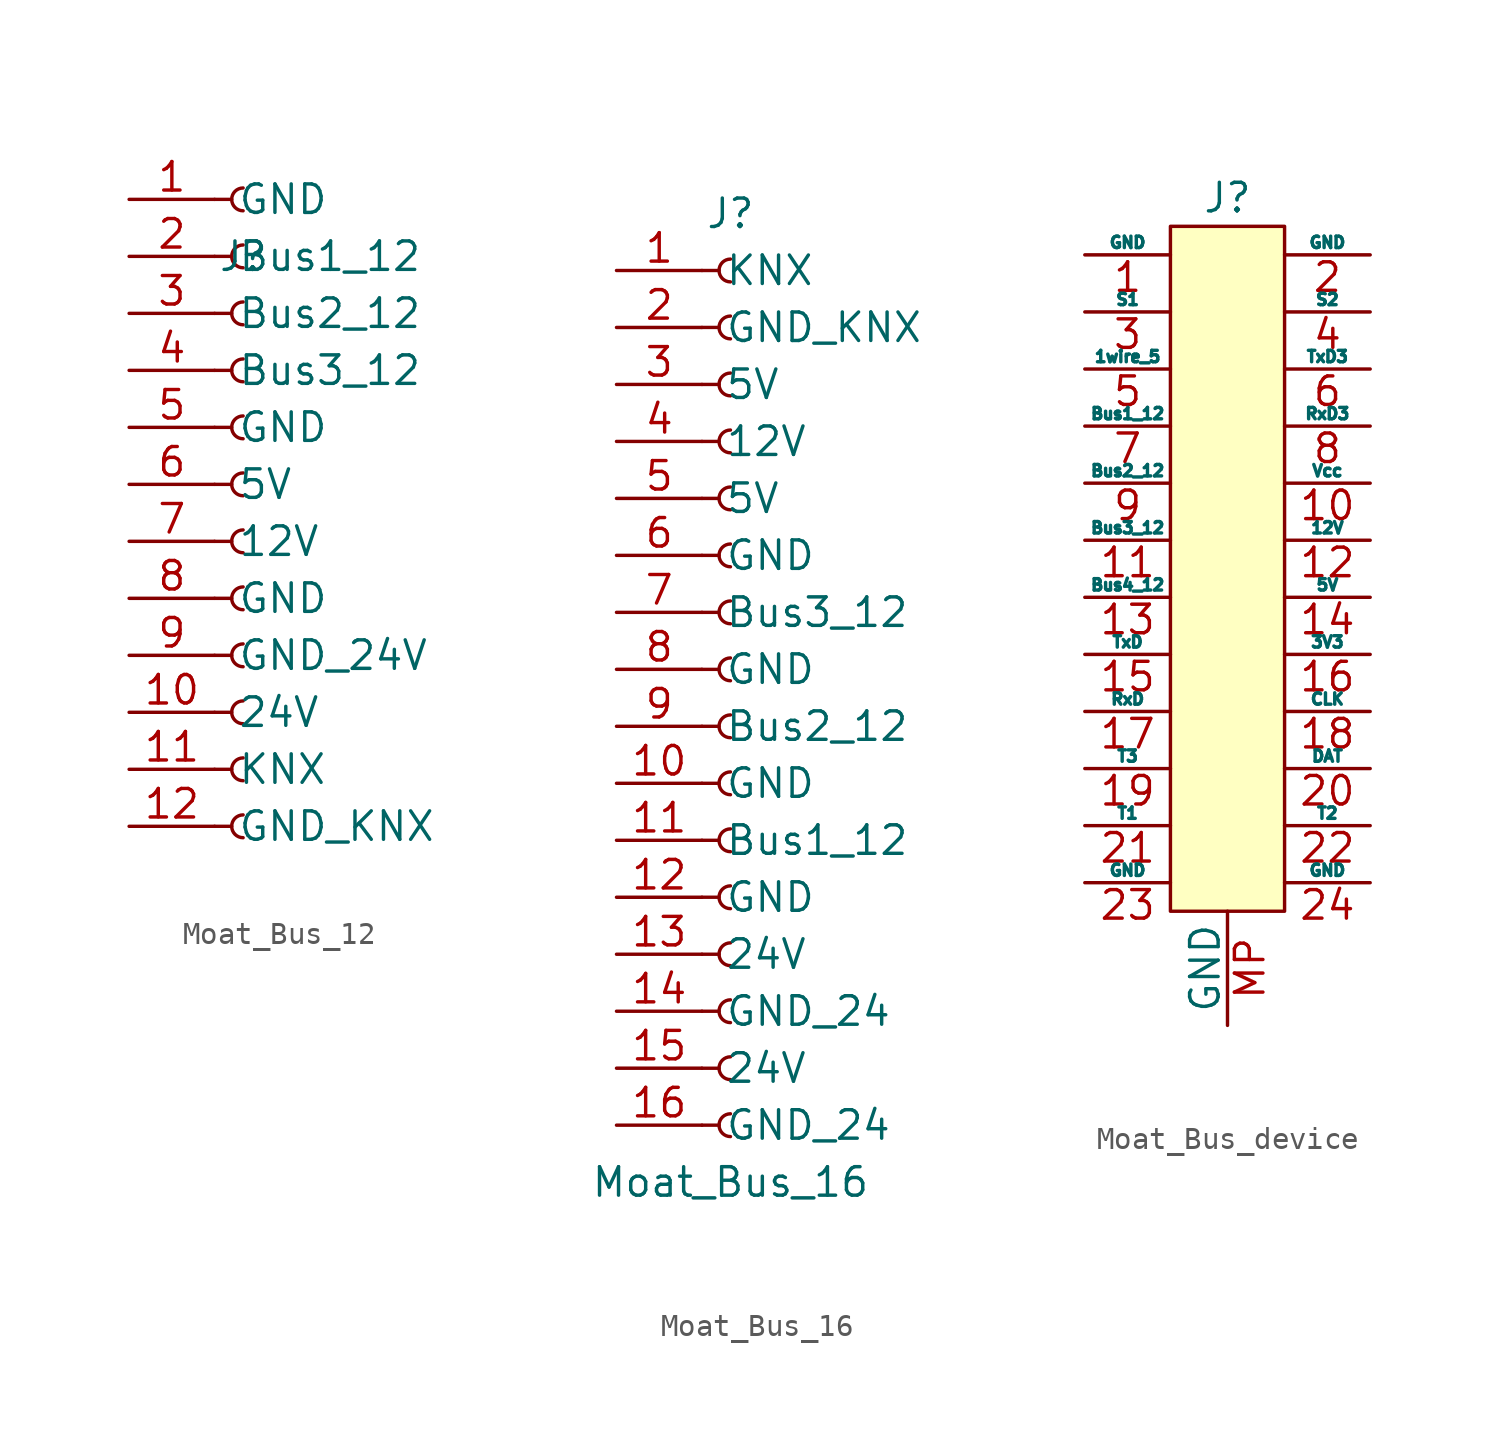
<source format=kicad_sym>
(kicad_symbol_lib
  (version 20220126)
  (generator kicad_symbol_editor)
  (symbol "Moat_Bus_12"
    (pin_names
      (offset 1.016))
    (property "Reference" "J"
      (at 0 20.32 0)
      (effects (font (size 1.27 1.27))))
    (symbol "Moat_Bus_12_1_1"
      (arc (start 0 -4.572) (mid -0.5058 -5.08) (end 0 -5.588) (stroke (width 0.1524) (type default)) (fill (type none)))
      (arc (start 0 -2.032) (mid -0.5058 -2.54) (end 0 -3.048) (stroke (width 0.1524) (type default)) (fill (type none)))
      (polyline (pts (xy -1.27 -5.08) (xy -0.508 -5.08)) (stroke (width 0.152) (type default)) (fill (type none)))
      (polyline (pts (xy -1.27 -2.54) (xy -0.508 -2.54)) (stroke (width 0.152) (type default)) (fill (type none)))
      (polyline (pts (xy -1.27 0) (xy -0.508 0)) (stroke (width 0.152) (type default)) (fill (type none)))
      (polyline (pts (xy -1.27 2.54) (xy -0.508 2.54)) (stroke (width 0.152) (type default)) (fill (type none)))
      (polyline (pts (xy -1.27 5.08) (xy -0.508 5.08)) (stroke (width 0.152) (type default)) (fill (type none)))
      (polyline (pts (xy -1.27 7.62) (xy -0.508 7.62)) (stroke (width 0.152) (type default)) (fill (type none)))
      (polyline (pts (xy -1.27 10.16) (xy -0.508 10.16)) (stroke (width 0.152) (type default)) (fill (type none)))
      (polyline (pts (xy -1.27 12.7) (xy -0.508 12.7)) (stroke (width 0.152) (type default)) (fill (type none)))
      (polyline (pts (xy -1.27 15.24) (xy -0.508 15.24)) (stroke (width 0.152) (type default)) (fill (type none)))
      (polyline (pts (xy -1.27 17.78) (xy -0.508 17.78)) (stroke (width 0.152) (type default)) (fill (type none)))
      (polyline (pts (xy -1.27 20.32) (xy -0.508 20.32)) (stroke (width 0.152) (type default)) (fill (type none)))
      (polyline (pts (xy -1.27 22.86) (xy -0.508 22.86)) (stroke (width 0.152) (type default)) (fill (type none)))
      (arc (start 0 0.508) (mid -0.5058 0) (end 0 -0.508) (stroke (width 0.1524) (type default)) (fill (type none)))
      (arc (start 0 3.048) (mid -0.5058 2.54) (end 0 2.032) (stroke (width 0.1524) (type default)) (fill (type none)))
      (arc (start 0 5.588) (mid -0.5058 5.08) (end 0 4.572) (stroke (width 0.1524) (type default)) (fill (type none)))
      (arc (start 0 8.128) (mid -0.5058 7.62) (end 0 7.112) (stroke (width 0.1524) (type default)) (fill (type none)))
      (arc (start 0 10.668) (mid -0.5058 10.16) (end 0 9.652) (stroke (width 0.1524) (type default)) (fill (type none)))
      (arc (start 0 13.208) (mid -0.5058 12.7) (end 0 12.192) (stroke (width 0.1524) (type default)) (fill (type none)))
      (arc (start 0 15.748) (mid -0.5058 15.24) (end 0 14.732) (stroke (width 0.1524) (type default)) (fill (type none)))
      (arc (start 0 18.288) (mid -0.5058 17.78) (end 0 17.272) (stroke (width 0.1524) (type default)) (fill (type none)))
      (arc (start 0 20.828) (mid -0.5058 20.32) (end 0 19.812) (stroke (width 0.1524) (type default)) (fill (type none)))
      (arc (start 0 23.368) (mid -0.5058 22.86) (end 0 22.352) (stroke (width 0.1524) (type default)) (fill (type none)))
      (pin power_in line (at -5.08 22.86 0) (length 3.81) (name "GND" (effects (font (size 1.27 1.27)))) (number "1" (effects (font (size 1.27 1.27)))))
      (pin power_in line (at -5.08 0 0) (length 3.81) (name "24V" (effects (font (size 1.27 1.27)))) (number "10" (effects (font (size 1.27 1.27)))))
      (pin power_in line (at -5.08 -2.54 0) (length 3.81) (name "KNX" (effects (font (size 1.27 1.27)))) (number "11" (effects (font (size 1.27 1.27)))))
      (pin power_in line (at -5.08 -5.08 0) (length 3.81) (name "GND_KNX" (effects (font (size 1.27 1.27)))) (number "12" (effects (font (size 1.27 1.27)))))
      (pin bidirectional line (at -5.08 20.32 0) (length 3.81) (name "Bus1_12" (effects (font (size 1.27 1.27)))) (number "2" (effects (font (size 1.27 1.27)))))
      (pin bidirectional line (at -5.08 17.78 0) (length 3.81) (name "Bus2_12" (effects (font (size 1.27 1.27)))) (number "3" (effects (font (size 1.27 1.27)))))
      (pin bidirectional line (at -5.08 15.24 0) (length 3.81) (name "Bus3_12" (effects (font (size 1.27 1.27)))) (number "4" (effects (font (size 1.27 1.27)))))
      (pin power_in line (at -5.08 12.7 0) (length 3.81) (name "GND" (effects (font (size 1.27 1.27)))) (number "5" (effects (font (size 1.27 1.27)))))
      (pin power_in line (at -5.08 10.16 0) (length 3.81) (name "5V" (effects (font (size 1.27 1.27)))) (number "6" (effects (font (size 1.27 1.27)))))
      (pin power_in line (at -5.08 7.62 0) (length 3.81) (name "12V" (effects (font (size 1.27 1.27)))) (number "7" (effects (font (size 1.27 1.27)))))
      (pin power_in line (at -5.08 5.08 0) (length 3.81) (name "GND" (effects (font (size 1.27 1.27)))) (number "8" (effects (font (size 1.27 1.27)))))
      (pin power_in line (at -5.08 2.54 0) (length 3.81) (name "GND_24V" (effects (font (size 1.27 1.27)))) (number "9" (effects (font (size 1.27 1.27)))))))
  (symbol "Moat_Bus_16"
    (pin_names
      (offset 1.016))
    (property "Reference" "J"
      (at 0 20.32 0)
      (effects (font (size 1.27 1.27))))
    (property "Value" "Moat_Bus_16"
      (at 0 -22.86 0)
      (effects (font (size 1.27 1.27))))
    (symbol "Moat_Bus_16_1_1"
      (arc (start 0 -19.812) (mid -0.5058 -20.32) (end 0 -20.828) (stroke (width 0.1524) (type default)) (fill (type none)))
      (arc (start 0 -17.272) (mid -0.5058 -17.78) (end 0 -18.288) (stroke (width 0.1524) (type default)) (fill (type none)))
      (arc (start 0 -14.732) (mid -0.5058 -15.24) (end 0 -15.748) (stroke (width 0.1524) (type default)) (fill (type none)))
      (arc (start 0 -12.192) (mid -0.5058 -12.7) (end 0 -13.208) (stroke (width 0.1524) (type default)) (fill (type none)))
      (arc (start 0 -9.652) (mid -0.5058 -10.16) (end 0 -10.668) (stroke (width 0.1524) (type default)) (fill (type none)))
      (arc (start 0 -7.112) (mid -0.5058 -7.62) (end 0 -8.128) (stroke (width 0.1524) (type default)) (fill (type none)))
      (arc (start 0 -4.572) (mid -0.5058 -5.08) (end 0 -5.588) (stroke (width 0.1524) (type default)) (fill (type none)))
      (arc (start 0 -2.032) (mid -0.5058 -2.54) (end 0 -3.048) (stroke (width 0.1524) (type default)) (fill (type none)))
      (polyline (pts (xy -1.27 -20.32) (xy -0.508 -20.32)) (stroke (width 0.152) (type default)) (fill (type none)))
      (polyline (pts (xy -1.27 -17.78) (xy -0.508 -17.78)) (stroke (width 0.152) (type default)) (fill (type none)))
      (polyline (pts (xy -1.27 -15.24) (xy -0.508 -15.24)) (stroke (width 0.152) (type default)) (fill (type none)))
      (polyline (pts (xy -1.27 -12.7) (xy -0.508 -12.7)) (stroke (width 0.152) (type default)) (fill (type none)))
      (polyline (pts (xy -1.27 -10.16) (xy -0.508 -10.16)) (stroke (width 0.152) (type default)) (fill (type none)))
      (polyline (pts (xy -1.27 -7.62) (xy -0.508 -7.62)) (stroke (width 0.152) (type default)) (fill (type none)))
      (polyline (pts (xy -1.27 -5.08) (xy -0.508 -5.08)) (stroke (width 0.152) (type default)) (fill (type none)))
      (polyline (pts (xy -1.27 -2.54) (xy -0.508 -2.54)) (stroke (width 0.152) (type default)) (fill (type none)))
      (polyline (pts (xy -1.27 0) (xy -0.508 0)) (stroke (width 0.152) (type default)) (fill (type none)))
      (polyline (pts (xy -1.27 2.54) (xy -0.508 2.54)) (stroke (width 0.152) (type default)) (fill (type none)))
      (polyline (pts (xy -1.27 5.08) (xy -0.508 5.08)) (stroke (width 0.152) (type default)) (fill (type none)))
      (polyline (pts (xy -1.27 7.62) (xy -0.508 7.62)) (stroke (width 0.152) (type default)) (fill (type none)))
      (polyline (pts (xy -1.27 10.16) (xy -0.508 10.16)) (stroke (width 0.152) (type default)) (fill (type none)))
      (polyline (pts (xy -1.27 12.7) (xy -0.508 12.7)) (stroke (width 0.152) (type default)) (fill (type none)))
      (polyline (pts (xy -1.27 15.24) (xy -0.508 15.24)) (stroke (width 0.152) (type default)) (fill (type none)))
      (polyline (pts (xy -1.27 17.78) (xy -0.508 17.78)) (stroke (width 0.152) (type default)) (fill (type none)))
      (arc (start 0 0.508) (mid -0.5058 0) (end 0 -0.508) (stroke (width 0.1524) (type default)) (fill (type none)))
      (arc (start 0 3.048) (mid -0.5058 2.54) (end 0 2.032) (stroke (width 0.1524) (type default)) (fill (type none)))
      (arc (start 0 5.588) (mid -0.5058 5.08) (end 0 4.572) (stroke (width 0.1524) (type default)) (fill (type none)))
      (arc (start 0 8.128) (mid -0.5058 7.62) (end 0 7.112) (stroke (width 0.1524) (type default)) (fill (type none)))
      (arc (start 0 10.668) (mid -0.5058 10.16) (end 0 9.652) (stroke (width 0.1524) (type default)) (fill (type none)))
      (arc (start 0 13.208) (mid -0.5058 12.7) (end 0 12.192) (stroke (width 0.1524) (type default)) (fill (type none)))
      (arc (start 0 15.748) (mid -0.5058 15.24) (end 0 14.732) (stroke (width 0.1524) (type default)) (fill (type none)))
      (arc (start 0 18.288) (mid -0.5058 17.78) (end 0 17.272) (stroke (width 0.1524) (type default)) (fill (type none)))
      (pin passive line (at -5.08 17.78 0) (length 3.81) (name "KNX" (effects (font (size 1.27 1.27)))) (number "1" (effects (font (size 1.27 1.27)))))
      (pin power_in line (at -5.08 -5.08 0) (length 3.81) (name "GND" (effects (font (size 1.27 1.27)))) (number "10" (effects (font (size 1.27 1.27)))))
      (pin bidirectional line (at -5.08 -7.62 0) (length 3.81) (name "Bus1_12" (effects (font (size 1.27 1.27)))) (number "11" (effects (font (size 1.27 1.27)))))
      (pin bidirectional line (at -5.08 -10.16 0) (length 3.81) (name "GND" (effects (font (size 1.27 1.27)))) (number "12" (effects (font (size 1.27 1.27)))))
      (pin power_in line (at -5.08 -12.7 0) (length 3.81) (name "24V" (effects (font (size 1.27 1.27)))) (number "13" (effects (font (size 1.27 1.27)))))
      (pin power_in line (at -5.08 -15.24 0) (length 3.81) (name "GND_24" (effects (font (size 1.27 1.27)))) (number "14" (effects (font (size 1.27 1.27)))))
      (pin power_in line (at -5.08 -17.78 0) (length 3.81) (name "24V" (effects (font (size 1.27 1.27)))) (number "15" (effects (font (size 1.27 1.27)))))
      (pin power_in line (at -5.08 -20.32 0) (length 3.81) (name "GND_24" (effects (font (size 1.27 1.27)))) (number "16" (effects (font (size 1.27 1.27)))))
      (pin power_in line (at -5.08 15.24 0) (length 3.81) (name "GND_KNX" (effects (font (size 1.27 1.27)))) (number "2" (effects (font (size 1.27 1.27)))))
      (pin power_in line (at -5.08 12.7 0) (length 3.81) (name "5V" (effects (font (size 1.27 1.27)))) (number "3" (effects (font (size 1.27 1.27)))))
      (pin power_in line (at -5.08 10.16 0) (length 3.81) (name "12V" (effects (font (size 1.27 1.27)))) (number "4" (effects (font (size 1.27 1.27)))))
      (pin power_in line (at -5.08 7.62 0) (length 3.81) (name "5V" (effects (font (size 1.27 1.27)))) (number "5" (effects (font (size 1.27 1.27)))))
      (pin power_in line (at -5.08 5.08 0) (length 3.81) (name "GND" (effects (font (size 1.27 1.27)))) (number "6" (effects (font (size 1.27 1.27)))))
      (pin bidirectional line (at -5.08 2.54 0) (length 3.81) (name "Bus3_12" (effects (font (size 1.27 1.27)))) (number "7" (effects (font (size 1.27 1.27)))))
      (pin power_in line (at -5.08 0 0) (length 3.81) (name "GND" (effects (font (size 1.27 1.27)))) (number "8" (effects (font (size 1.27 1.27)))))
      (pin bidirectional line (at -5.08 -2.54 0) (length 3.81) (name "Bus2_12" (effects (font (size 1.27 1.27)))) (number "9" (effects (font (size 1.27 1.27)))))))
  (symbol "Moat_Bus_device"
    (pin_names
      (offset 0))
    (property "Reference" "J"
      (at 0 13.97 0)
      (effects (font (size 1.27 1.27))))
    (symbol "Moat_Bus_device_1_1"
      (rectangle (start -2.54 12.7) (end 2.54 -17.78) (stroke (width 0) (type default)) (fill (type background)))
      (pin power_out line (at -6.35 11.43 0) (length 3.81) (name "GND" (effects (font (size 0.508 0.508)))) (number "1" (effects (font (size 1.27 1.27)))))
      (pin power_out line (at 6.35 1.27 180) (length 3.81) (name "Vcc" (effects (font (size 0.508 0.508)))) (number "10" (effects (font (size 1.27 1.27)))))
      (pin bidirectional line (at -6.35 -1.27 0) (length 3.81) (name "Bus3_12" (effects (font (size 0.508 0.508)))) (number "11" (effects (font (size 1.27 1.27)))))
      (pin power_out line (at 6.35 -1.27 180) (length 3.81) (name "12V" (effects (font (size 0.508 0.508)))) (number "12" (effects (font (size 1.27 1.27)))))
      (pin bidirectional line (at -6.35 -3.81 0) (length 3.81) (name "Bus4_12" (effects (font (size 0.508 0.508)))) (number "13" (effects (font (size 1.27 1.27)))))
      (pin power_out line (at 6.35 -3.81 180) (length 3.81) (name "5V" (effects (font (size 0.508 0.508)))) (number "14" (effects (font (size 1.27 1.27)))))
      (pin input line (at -6.35 -6.35 0) (length 3.81) (name "TxD" (effects (font (size 0.508 0.508)))) (number "15" (effects (font (size 1.27 1.27)))))
      (pin power_in line (at 6.35 -6.35 180) (length 3.81) (name "3V3" (effects (font (size 0.508 0.508)))) (number "16" (effects (font (size 1.27 1.27)))))
      (pin output line (at -6.35 -8.89 0) (length 3.81) (name "RxD" (effects (font (size 0.508 0.508)))) (number "17" (effects (font (size 1.27 1.27)))))
      (pin open_collector line (at 6.35 -8.89 180) (length 3.81) (name "CLK" (effects (font (size 0.508 0.508)))) (number "18" (effects (font (size 1.27 1.27)))))
      (pin output line (at -6.35 -11.43 0) (length 3.81) (name "T3" (effects (font (size 0.508 0.508)))) (number "19" (effects (font (size 1.27 1.27)))))
      (pin power_out line (at 6.35 11.43 180) (length 3.81) (name "GND" (effects (font (size 0.508 0.508)))) (number "2" (effects (font (size 1.27 1.27)))))
      (pin open_collector line (at 6.35 -11.43 180) (length 3.81) (name "DAT" (effects (font (size 0.508 0.508)))) (number "20" (effects (font (size 1.27 1.27)))))
      (pin output line (at -6.35 -13.97 0) (length 3.81) (name "T1" (effects (font (size 0.508 0.508)))) (number "21" (effects (font (size 1.27 1.27)))))
      (pin output line (at 6.35 -13.97 180) (length 3.81) (name "T2" (effects (font (size 0.508 0.508)))) (number "22" (effects (font (size 1.27 1.27)))))
      (pin power_out line (at -6.35 -16.51 0) (length 3.81) (name "GND" (effects (font (size 0.508 0.508)))) (number "23" (effects (font (size 1.27 1.27)))))
      (pin power_out line (at 6.35 -16.51 180) (length 3.81) (name "GND" (effects (font (size 0.508 0.508)))) (number "24" (effects (font (size 1.27 1.27)))))
      (pin input line (at -6.35 8.89 0) (length 3.81) (name "S1" (effects (font (size 0.508 0.508)))) (number "3" (effects (font (size 1.27 1.27)))))
      (pin input line (at 6.35 8.89 180) (length 3.81) (name "S2" (effects (font (size 0.508 0.508)))) (number "4" (effects (font (size 1.27 1.27)))))
      (pin bidirectional line (at -6.35 6.35 0) (length 3.81) (name "1wire_5" (effects (font (size 0.508 0.508)))) (number "5" (effects (font (size 1.27 1.27)))))
      (pin input line (at 6.35 6.35 180) (length 3.81) (name "TxD3" (effects (font (size 0.508 0.508)))) (number "6" (effects (font (size 1.27 1.27)))))
      (pin bidirectional line (at -6.35 3.81 0) (length 3.81) (name "Bus1_12" (effects (font (size 0.508 0.508)))) (number "7" (effects (font (size 1.27 1.27)))))
      (pin output line (at 6.35 3.81 180) (length 3.81) (name "RxD3" (effects (font (size 0.508 0.508)))) (number "8" (effects (font (size 1.27 1.27)))))
      (pin bidirectional line (at -6.35 1.27 0) (length 3.81) (name "Bus2_12" (effects (font (size 0.508 0.508)))) (number "9" (effects (font (size 1.27 1.27)))))
      (pin bidirectional line (at 0 -22.86 90) (length 5.08) (name "GND" (effects (font (size 1.27 1.27)))) (number "MP" (effects (font (size 1.27 1.27))))))))
</source>
